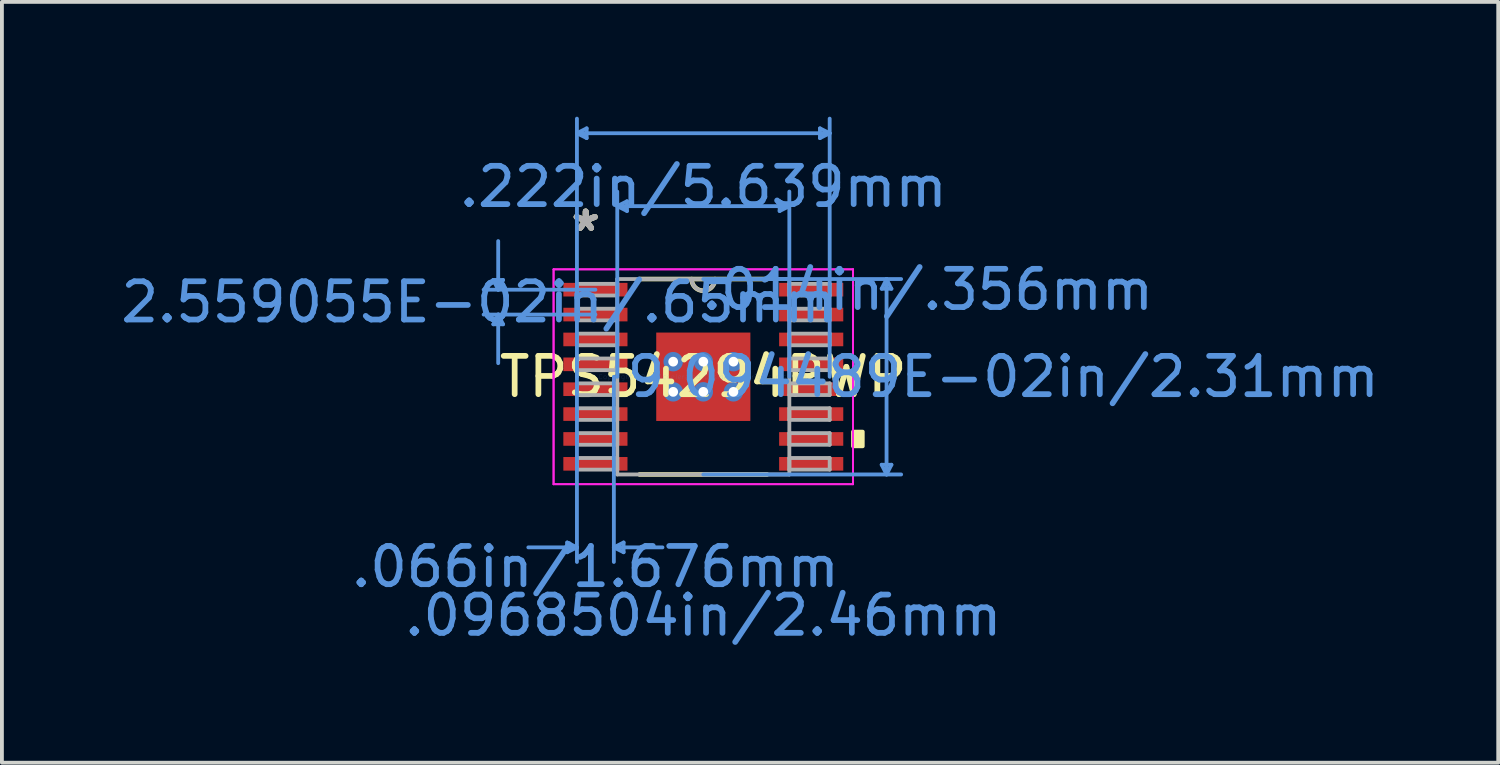
<source format=kicad_pcb>
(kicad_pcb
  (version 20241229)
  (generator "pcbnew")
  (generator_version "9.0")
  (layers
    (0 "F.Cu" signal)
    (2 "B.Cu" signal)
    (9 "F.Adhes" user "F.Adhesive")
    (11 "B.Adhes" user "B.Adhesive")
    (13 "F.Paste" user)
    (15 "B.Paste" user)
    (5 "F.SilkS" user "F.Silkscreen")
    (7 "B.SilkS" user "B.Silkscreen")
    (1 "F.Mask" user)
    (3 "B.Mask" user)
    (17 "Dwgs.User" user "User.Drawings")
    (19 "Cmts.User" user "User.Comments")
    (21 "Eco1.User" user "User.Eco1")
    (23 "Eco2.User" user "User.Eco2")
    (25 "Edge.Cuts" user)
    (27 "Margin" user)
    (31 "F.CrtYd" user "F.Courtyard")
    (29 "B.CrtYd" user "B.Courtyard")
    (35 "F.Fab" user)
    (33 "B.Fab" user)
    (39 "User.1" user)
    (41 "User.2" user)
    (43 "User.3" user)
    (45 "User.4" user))
  (footprint "TPS54294PWP"
    (layer "F.Cu")
    (at 15.326 6.794)
    (property "Reference" "TPS54294PWP" (at 0 0 0) (layer "F.SilkS") (effects (font (size 1 1) (thickness 0.15))))
    (attr through_hole)
    (fp_poly (pts (xy -1.294 -1.218) (xy -0.987 -1.218) (xy -0.987 1.218) (xy -1.294 1.218)) (stroke (width 0.1) (type solid)) (fill yes) (layer "F.Mask"))
    (fp_poly (pts (xy -1.294 -1.218) (xy 1.294 -1.218) (xy 1.294 -0.594) (xy -1.294 -0.594)) (stroke (width 0.1) (type solid)) (fill yes) (layer "F.Mask"))
    (fp_poly (pts (xy -1.294 -0.194) (xy 1.294 -0.194) (xy 1.294 0.194) (xy -1.294 0.194)) (stroke (width 0.1) (type solid)) (fill yes) (layer "F.Mask"))
    (fp_poly (pts (xy -1.294 0.594) (xy 1.294 0.594) (xy 1.294 1.218) (xy -1.294 1.218)) (stroke (width 0.1) (type solid)) (fill yes) (layer "F.Mask"))
    (fp_poly (pts (xy -0.2 -1.218) (xy -0.587 -1.218) (xy -0.587 1.218) (xy -0.2 1.218)) (stroke (width 0.1) (type solid)) (fill yes) (layer "F.Mask"))
    (fp_poly (pts (xy 0.587 -1.218) (xy 0.2 -1.218) (xy 0.2 1.218) (xy 0.587 1.218)) (stroke (width 0.1) (type solid)) (fill yes) (layer "F.Mask"))
    (fp_poly (pts (xy 0.987 -1.218) (xy 1.294 -1.218) (xy 1.294 1.218) (xy 0.987 1.218)) (stroke (width 0.1) (type solid)) (fill yes) (layer "F.Mask"))
    (fp_line (start -1.664 2.553) (end 1.664 2.553) (stroke (width 0.12) (type solid)) (layer "F.SilkS"))
    (fp_line (start 1.664 -2.553) (end -1.664 -2.553) (stroke (width 0.12) (type solid)) (layer "F.SilkS"))
    (fp_arc (start 0.3048 -2.5527) (mid 0 -2.2479) (end -0.3048 -2.5527) (stroke (width 0.12) (type solid)) (layer "F.SilkS"))
    (fp_poly (pts (xy 4.166 1.435) (xy 4.166 1.816) (xy 3.912 1.816) (xy 3.912 1.435)) (stroke (width 0.1) (type solid)) (fill yes) (layer "F.SilkS"))
    (fp_poly (pts (xy -1.155 -1.08) (xy -1.155 -0.494) (xy -1.029 -0.494) (xy -0.887 -0.635) (xy -0.887 -1.08)) (stroke (width 0.1) (type solid)) (fill yes) (layer "F.Paste"))
    (fp_poly (pts (xy -1.155 0.494) (xy -1.155 1.08) (xy -0.887 1.08) (xy -0.887 0.635) (xy -1.029 0.494)) (stroke (width 0.1) (type solid)) (fill yes) (layer "F.Paste"))
    (fp_poly (pts (xy 0.887 -1.08) (xy 0.887 -0.635) (xy 1.029 -0.494) (xy 1.155 -0.494) (xy 1.155 -1.08)) (stroke (width 0.1) (type solid)) (fill yes) (layer "F.Paste"))
    (fp_poly (pts (xy 1.029 0.494) (xy 0.887 0.635) (xy 0.887 1.08) (xy 1.155 1.08) (xy 1.155 0.494)) (stroke (width 0.1) (type solid)) (fill yes) (layer "F.Paste"))
    (fp_poly (pts (xy -1.155 -0.294) (xy -1.155 0.294) (xy -1.029 0.294) (xy -0.887 0.152) (xy -0.887 -0.152) (xy -1.029 -0.294)) (stroke (width 0.1) (type solid)) (fill yes) (layer "F.Paste"))
    (fp_poly (pts (xy -0.687 -1.08) (xy -0.687 -0.635) (xy -0.546 -0.494) (xy -0.241 -0.494) (xy -0.1 -0.635) (xy -0.1 -1.08)) (stroke (width 0.1) (type solid)) (fill yes) (layer "F.Paste"))
    (fp_poly (pts (xy -0.546 0.494) (xy -0.687 0.635) (xy -0.687 1.08) (xy -0.1 1.08) (xy -0.1 0.635) (xy -0.241 0.494)) (stroke (width 0.1) (type solid)) (fill yes) (layer "F.Paste"))
    (fp_poly (pts (xy 0.1 -1.08) (xy 0.1 -0.635) (xy 0.241 -0.494) (xy 0.546 -0.494) (xy 0.687 -0.635) (xy 0.687 -1.08)) (stroke (width 0.1) (type solid)) (fill yes) (layer "F.Paste"))
    (fp_poly (pts (xy 0.241 0.494) (xy 0.1 0.635) (xy 0.1 1.08) (xy 0.687 1.08) (xy 0.687 0.635) (xy 0.546 0.494)) (stroke (width 0.1) (type solid)) (fill yes) (layer "F.Paste"))
    (fp_poly (pts (xy 1.029 -0.294) (xy 0.887 -0.152) (xy 0.887 0.152) (xy 1.029 0.294) (xy 1.155 0.294) (xy 1.155 -0.294)) (stroke (width 0.1) (type solid)) (fill yes) (layer "F.Paste"))
    (fp_poly (pts (xy -0.546 -0.294) (xy -0.687 -0.152) (xy -0.687 0.152) (xy -0.546 0.294) (xy -0.241 0.294) (xy -0.1 0.152) (xy -0.1 -0.152) (xy -0.241 -0.294)) (stroke (width 0.1) (type solid)) (fill yes) (layer "F.Paste"))
    (fp_poly (pts (xy 0.241 -0.294) (xy 0.1 -0.152) (xy 0.1 0.152) (xy 0.241 0.294) (xy 0.546 0.294) (xy 0.687 0.152) (xy 0.687 -0.152) (xy 0.546 -0.294)) (stroke (width 0.1) (type solid)) (fill yes) (layer "F.Paste"))
    (fp_line (start -5.486 -2.529) (end -5.232 -2.529) (stroke (width 0.1) (type solid)) (layer "Cmts.User"))
    (fp_line (start -5.486 -1.371) (end -5.232 -1.371) (stroke (width 0.1) (type solid)) (layer "Cmts.User"))
    (fp_line (start -5.359 -2.275) (end -5.486 -2.529) (stroke (width 0.1) (type solid)) (layer "Cmts.User"))
    (fp_line (start -5.359 -2.275) (end -5.359 -3.545) (stroke (width 0.1) (type solid)) (layer "Cmts.User"))
    (fp_line (start -5.359 -2.275) (end -5.232 -2.529) (stroke (width 0.1) (type solid)) (layer "Cmts.User"))
    (fp_line (start -5.359 -1.625) (end -5.486 -1.371) (stroke (width 0.1) (type solid)) (layer "Cmts.User"))
    (fp_line (start -5.359 -1.625) (end -5.359 -0.355) (stroke (width 0.1) (type solid)) (layer "Cmts.User"))
    (fp_line (start -5.359 -1.625) (end -5.232 -1.371) (stroke (width 0.1) (type solid)) (layer "Cmts.User"))
    (fp_line (start -3.556 4.331) (end -3.556 4.585) (stroke (width 0.1) (type solid)) (layer "Cmts.User"))
    (fp_line (start -3.302 -6.363) (end -3.048 -6.49) (stroke (width 0.1) (type solid)) (layer "Cmts.User"))
    (fp_line (start -3.302 -6.363) (end -3.048 -6.236) (stroke (width 0.1) (type solid)) (layer "Cmts.User"))
    (fp_line (start -3.302 -6.363) (end 3.302 -6.363) (stroke (width 0.1) (type solid)) (layer "Cmts.User"))
    (fp_line (start -3.302 0) (end -3.302 -6.744) (stroke (width 0.1) (type solid)) (layer "Cmts.User"))
    (fp_line (start -3.302 0) (end -3.302 4.839) (stroke (width 0.1) (type solid)) (layer "Cmts.User"))
    (fp_line (start -3.302 4.458) (end -4.572 4.458) (stroke (width 0.1) (type solid)) (layer "Cmts.User"))
    (fp_line (start -3.302 4.458) (end -3.556 4.331) (stroke (width 0.1) (type solid)) (layer "Cmts.User"))
    (fp_line (start -3.302 4.458) (end -3.556 4.585) (stroke (width 0.1) (type solid)) (layer "Cmts.User"))
    (fp_line (start -3.048 -6.49) (end -3.048 -6.236) (stroke (width 0.1) (type solid)) (layer "Cmts.User"))
    (fp_line (start -2.819 -2.275) (end -5.74 -2.275) (stroke (width 0.1) (type solid)) (layer "Cmts.User"))
    (fp_line (start -2.819 -1.625) (end -5.74 -1.625) (stroke (width 0.1) (type solid)) (layer "Cmts.User"))
    (fp_line (start -2.337 0) (end -2.337 4.839) (stroke (width 0.1) (type solid)) (layer "Cmts.User"))
    (fp_line (start -2.337 4.458) (end -2.083 4.331) (stroke (width 0.1) (type solid)) (layer "Cmts.User"))
    (fp_line (start -2.337 4.458) (end -2.083 4.585) (stroke (width 0.1) (type solid)) (layer "Cmts.User"))
    (fp_line (start -2.337 4.458) (end -1.067 4.458) (stroke (width 0.1) (type solid)) (layer "Cmts.User"))
    (fp_line (start -2.248 -4.458) (end -1.994 -4.585) (stroke (width 0.1) (type solid)) (layer "Cmts.User"))
    (fp_line (start -2.248 -4.458) (end -1.994 -4.331) (stroke (width 0.1) (type solid)) (layer "Cmts.User"))
    (fp_line (start -2.248 -4.458) (end 2.248 -4.458) (stroke (width 0.1) (type solid)) (layer "Cmts.User"))
    (fp_line (start -2.248 0) (end -2.248 -4.839) (stroke (width 0.1) (type solid)) (layer "Cmts.User"))
    (fp_line (start -2.083 4.331) (end -2.083 4.585) (stroke (width 0.1) (type solid)) (layer "Cmts.User"))
    (fp_line (start -1.994 -4.585) (end -1.994 -4.331) (stroke (width 0.1) (type solid)) (layer "Cmts.User"))
    (fp_line (start 0 -2.553) (end 5.169 -2.553) (stroke (width 0.1) (type solid)) (layer "Cmts.User"))
    (fp_line (start 0 2.553) (end 5.169 2.553) (stroke (width 0.1) (type solid)) (layer "Cmts.User"))
    (fp_line (start 1.994 -4.585) (end 1.994 -4.331) (stroke (width 0.1) (type solid)) (layer "Cmts.User"))
    (fp_line (start 2.248 -4.458) (end 1.994 -4.585) (stroke (width 0.1) (type solid)) (layer "Cmts.User"))
    (fp_line (start 2.248 -4.458) (end 1.994 -4.331) (stroke (width 0.1) (type solid)) (layer "Cmts.User"))
    (fp_line (start 2.248 0) (end 2.248 -4.839) (stroke (width 0.1) (type solid)) (layer "Cmts.User"))
    (fp_line (start 3.048 -6.49) (end 3.048 -6.236) (stroke (width 0.1) (type solid)) (layer "Cmts.User"))
    (fp_line (start 3.302 -6.363) (end 3.048 -6.49) (stroke (width 0.1) (type solid)) (layer "Cmts.User"))
    (fp_line (start 3.302 -6.363) (end 3.048 -6.236) (stroke (width 0.1) (type solid)) (layer "Cmts.User"))
    (fp_line (start 3.302 0) (end 3.302 -6.744) (stroke (width 0.1) (type solid)) (layer "Cmts.User"))
    (fp_line (start 4.661 -2.299) (end 4.915 -2.299) (stroke (width 0.1) (type solid)) (layer "Cmts.User"))
    (fp_line (start 4.661 2.299) (end 4.915 2.299) (stroke (width 0.1) (type solid)) (layer "Cmts.User"))
    (fp_line (start 4.788 -2.553) (end 4.661 -2.299) (stroke (width 0.1) (type solid)) (layer "Cmts.User"))
    (fp_line (start 4.788 -2.553) (end 4.788 2.553) (stroke (width 0.1) (type solid)) (layer "Cmts.User"))
    (fp_line (start 4.788 -2.553) (end 4.915 -2.299) (stroke (width 0.1) (type solid)) (layer "Cmts.User"))
    (fp_line (start 4.788 2.553) (end 4.661 2.299) (stroke (width 0.1) (type solid)) (layer "Cmts.User"))
    (fp_line (start 4.788 2.553) (end 4.915 2.299) (stroke (width 0.1) (type solid)) (layer "Cmts.User"))
    (fp_line (start -3.912 -2.807) (end 3.912 -2.807) (stroke (width 0.05) (type solid)) (layer "F.CrtYd"))
    (fp_line (start -3.912 -2.807) (end 3.912 -2.807) (stroke (width 0.05) (type solid)) (layer "F.CrtYd"))
    (fp_line (start -3.912 2.807) (end -3.912 -2.807) (stroke (width 0.05) (type solid)) (layer "F.CrtYd"))
    (fp_line (start -3.912 2.807) (end -3.912 -2.807) (stroke (width 0.05) (type solid)) (layer "F.CrtYd"))
    (fp_line (start 3.912 -2.807) (end 3.912 2.807) (stroke (width 0.05) (type solid)) (layer "F.CrtYd"))
    (fp_line (start 3.912 -2.807) (end 3.912 2.807) (stroke (width 0.05) (type solid)) (layer "F.CrtYd"))
    (fp_line (start 3.912 2.807) (end -3.912 2.807) (stroke (width 0.05) (type solid)) (layer "F.CrtYd"))
    (fp_line (start 3.912 2.807) (end -3.912 2.807) (stroke (width 0.05) (type solid)) (layer "F.CrtYd"))
    (fp_line (start -3.302 -2.427) (end -3.302 -2.123) (stroke (width 0.1) (type solid)) (layer "F.Fab"))
    (fp_line (start -3.302 -2.123) (end -2.248 -2.123) (stroke (width 0.1) (type solid)) (layer "F.Fab"))
    (fp_line (start -3.302 -1.777) (end -3.302 -1.473) (stroke (width 0.1) (type solid)) (layer "F.Fab"))
    (fp_line (start -3.302 -1.473) (end -2.248 -1.473) (stroke (width 0.1) (type solid)) (layer "F.Fab"))
    (fp_line (start -3.302 -1.127) (end -3.302 -0.823) (stroke (width 0.1) (type solid)) (layer "F.Fab"))
    (fp_line (start -3.302 -0.823) (end -2.248 -0.823) (stroke (width 0.1) (type solid)) (layer "F.Fab"))
    (fp_line (start -3.302 -0.477) (end -3.302 -0.173) (stroke (width 0.1) (type solid)) (layer "F.Fab"))
    (fp_line (start -3.302 -0.173) (end -2.248 -0.173) (stroke (width 0.1) (type solid)) (layer "F.Fab"))
    (fp_line (start -3.302 0.173) (end -3.302 0.477) (stroke (width 0.1) (type solid)) (layer "F.Fab"))
    (fp_line (start -3.302 0.477) (end -2.248 0.477) (stroke (width 0.1) (type solid)) (layer "F.Fab"))
    (fp_line (start -3.302 0.823) (end -3.302 1.127) (stroke (width 0.1) (type solid)) (layer "F.Fab"))
    (fp_line (start -3.302 1.127) (end -2.248 1.127) (stroke (width 0.1) (type solid)) (layer "F.Fab"))
    (fp_line (start -3.302 1.473) (end -3.302 1.777) (stroke (width 0.1) (type solid)) (layer "F.Fab"))
    (fp_line (start -3.302 1.777) (end -2.248 1.777) (stroke (width 0.1) (type solid)) (layer "F.Fab"))
    (fp_line (start -3.302 2.123) (end -3.302 2.427) (stroke (width 0.1) (type solid)) (layer "F.Fab"))
    (fp_line (start -3.302 2.427) (end -2.248 2.427) (stroke (width 0.1) (type solid)) (layer "F.Fab"))
    (fp_line (start -2.248 -2.553) (end -2.248 2.553) (stroke (width 0.1) (type solid)) (layer "F.Fab"))
    (fp_line (start -2.248 -2.427) (end -3.302 -2.427) (stroke (width 0.1) (type solid)) (layer "F.Fab"))
    (fp_line (start -2.248 -2.123) (end -2.248 -2.427) (stroke (width 0.1) (type solid)) (layer "F.Fab"))
    (fp_line (start -2.248 -1.777) (end -3.302 -1.777) (stroke (width 0.1) (type solid)) (layer "F.Fab"))
    (fp_line (start -2.248 -1.473) (end -2.248 -1.777) (stroke (width 0.1) (type solid)) (layer "F.Fab"))
    (fp_line (start -2.248 -1.127) (end -3.302 -1.127) (stroke (width 0.1) (type solid)) (layer "F.Fab"))
    (fp_line (start -2.248 -0.823) (end -2.248 -1.127) (stroke (width 0.1) (type solid)) (layer "F.Fab"))
    (fp_line (start -2.248 -0.477) (end -3.302 -0.477) (stroke (width 0.1) (type solid)) (layer "F.Fab"))
    (fp_line (start -2.248 -0.173) (end -2.248 -0.477) (stroke (width 0.1) (type solid)) (layer "F.Fab"))
    (fp_line (start -2.248 0.173) (end -3.302 0.173) (stroke (width 0.1) (type solid)) (layer "F.Fab"))
    (fp_line (start -2.248 0.477) (end -2.248 0.173) (stroke (width 0.1) (type solid)) (layer "F.Fab"))
    (fp_line (start -2.248 0.823) (end -3.302 0.823) (stroke (width 0.1) (type solid)) (layer "F.Fab"))
    (fp_line (start -2.248 1.127) (end -2.248 0.823) (stroke (width 0.1) (type solid)) (layer "F.Fab"))
    (fp_line (start -2.248 1.473) (end -3.302 1.473) (stroke (width 0.1) (type solid)) (layer "F.Fab"))
    (fp_line (start -2.248 1.777) (end -2.248 1.473) (stroke (width 0.1) (type solid)) (layer "F.Fab"))
    (fp_line (start -2.248 2.123) (end -3.302 2.123) (stroke (width 0.1) (type solid)) (layer "F.Fab"))
    (fp_line (start -2.248 2.427) (end -2.248 2.123) (stroke (width 0.1) (type solid)) (layer "F.Fab"))
    (fp_line (start -2.248 2.553) (end 2.248 2.553) (stroke (width 0.1) (type solid)) (layer "F.Fab"))
    (fp_line (start 2.248 -2.553) (end -2.248 -2.553) (stroke (width 0.1) (type solid)) (layer "F.Fab"))
    (fp_line (start 2.248 -2.427) (end 2.248 -2.123) (stroke (width 0.1) (type solid)) (layer "F.Fab"))
    (fp_line (start 2.248 -2.123) (end 3.302 -2.123) (stroke (width 0.1) (type solid)) (layer "F.Fab"))
    (fp_line (start 2.248 -1.777) (end 2.248 -1.473) (stroke (width 0.1) (type solid)) (layer "F.Fab"))
    (fp_line (start 2.248 -1.473) (end 3.302 -1.473) (stroke (width 0.1) (type solid)) (layer "F.Fab"))
    (fp_line (start 2.248 -1.127) (end 2.248 -0.823) (stroke (width 0.1) (type solid)) (layer "F.Fab"))
    (fp_line (start 2.248 -0.823) (end 3.302 -0.823) (stroke (width 0.1) (type solid)) (layer "F.Fab"))
    (fp_line (start 2.248 -0.477) (end 2.248 -0.173) (stroke (width 0.1) (type solid)) (layer "F.Fab"))
    (fp_line (start 2.248 -0.173) (end 3.302 -0.173) (stroke (width 0.1) (type solid)) (layer "F.Fab"))
    (fp_line (start 2.248 0.173) (end 2.248 0.477) (stroke (width 0.1) (type solid)) (layer "F.Fab"))
    (fp_line (start 2.248 0.477) (end 3.302 0.477) (stroke (width 0.1) (type solid)) (layer "F.Fab"))
    (fp_line (start 2.248 0.823) (end 2.248 1.127) (stroke (width 0.1) (type solid)) (layer "F.Fab"))
    (fp_line (start 2.248 1.127) (end 3.302 1.127) (stroke (width 0.1) (type solid)) (layer "F.Fab"))
    (fp_line (start 2.248 1.473) (end 2.248 1.777) (stroke (width 0.1) (type solid)) (layer "F.Fab"))
    (fp_line (start 2.248 1.777) (end 3.302 1.777) (stroke (width 0.1) (type solid)) (layer "F.Fab"))
    (fp_line (start 2.248 2.123) (end 2.248 2.427) (stroke (width 0.1) (type solid)) (layer "F.Fab"))
    (fp_line (start 2.248 2.427) (end 3.302 2.427) (stroke (width 0.1) (type solid)) (layer "F.Fab"))
    (fp_line (start 2.248 2.553) (end 2.248 -2.553) (stroke (width 0.1) (type solid)) (layer "F.Fab"))
    (fp_line (start 3.302 -2.427) (end 2.248 -2.427) (stroke (width 0.1) (type solid)) (layer "F.Fab"))
    (fp_line (start 3.302 -2.123) (end 3.302 -2.427) (stroke (width 0.1) (type solid)) (layer "F.Fab"))
    (fp_line (start 3.302 -1.777) (end 2.248 -1.777) (stroke (width 0.1) (type solid)) (layer "F.Fab"))
    (fp_line (start 3.302 -1.473) (end 3.302 -1.777) (stroke (width 0.1) (type solid)) (layer "F.Fab"))
    (fp_line (start 3.302 -1.127) (end 2.248 -1.127) (stroke (width 0.1) (type solid)) (layer "F.Fab"))
    (fp_line (start 3.302 -0.823) (end 3.302 -1.127) (stroke (width 0.1) (type solid)) (layer "F.Fab"))
    (fp_line (start 3.302 -0.477) (end 2.248 -0.477) (stroke (width 0.1) (type solid)) (layer "F.Fab"))
    (fp_line (start 3.302 -0.173) (end 3.302 -0.477) (stroke (width 0.1) (type solid)) (layer "F.Fab"))
    (fp_line (start 3.302 0.173) (end 2.248 0.173) (stroke (width 0.1) (type solid)) (layer "F.Fab"))
    (fp_line (start 3.302 0.477) (end 3.302 0.173) (stroke (width 0.1) (type solid)) (layer "F.Fab"))
    (fp_line (start 3.302 0.823) (end 2.248 0.823) (stroke (width 0.1) (type solid)) (layer "F.Fab"))
    (fp_line (start 3.302 1.127) (end 3.302 0.823) (stroke (width 0.1) (type solid)) (layer "F.Fab"))
    (fp_line (start 3.302 1.473) (end 2.248 1.473) (stroke (width 0.1) (type solid)) (layer "F.Fab"))
    (fp_line (start 3.302 1.777) (end 3.302 1.473) (stroke (width 0.1) (type solid)) (layer "F.Fab"))
    (fp_line (start 3.302 2.123) (end 2.248 2.123) (stroke (width 0.1) (type solid)) (layer "F.Fab"))
    (fp_line (start 3.302 2.427) (end 3.302 2.123) (stroke (width 0.1) (type solid)) (layer "F.Fab"))
    (fp_arc (start 0.3048 -2.5527) (mid 0 -2.2479) (end -0.3048 -2.5527) (stroke (width 0.1) (type solid)) (layer "F.Fab"))
    (fp_text user "*" (at -3.073 -3.774 0) (layer "F.SilkS") (effects (font (size 1 1) (thickness 0.15))))
    (fp_text user "*" (at -3.073 -3.774 0) (layer "F.SilkS") (effects (font (size 1 1) (thickness 0.15))))
    (fp_text user ".222in/5.639mm" (at 0 -4.966 0) (layer "Cmts.User") (effects (font (size 1 1) (thickness 0.15))))
    (fp_text user "9.094489E-02in/2.31mm" (at 7.836 0 0) (layer "Cmts.User") (effects (font (size 1 1) (thickness 0.15))))
    (fp_text user ".014in/.356mm" (at 5.867 -2.275 0) (layer "Cmts.User") (effects (font (size 1 1) (thickness 0.15))))
    (fp_text user "2.559055E-02in/.65mm" (at -5.867 -1.95 0) (layer "Cmts.User") (effects (font (size 1 1) (thickness 0.15))))
    (fp_text user ".0968504in/2.46mm" (at 0 6.236 0) (layer "Cmts.User") (effects (font (size 1 1) (thickness 0.15))))
    (fp_text user ".066in/1.676mm" (at -2.819 4.966 0) (layer "Cmts.User") (effects (font (size 1 1) (thickness 0.15))))
    (fp_text user "Copyright 2021 Accelerated Designs. All rights reserved." (at 0 0 0) (layer "Cmts.User") (effects (font (size 0.127 0.127) (thickness 0.002))))
    (fp_text user "*" (at -3.073 -3.774 0) (layer "F.Fab") (effects (font (size 1 1) (thickness 0.15))))
    (fp_text user "*" (at -3.073 -3.774 0) (layer "F.Fab") (effects (font (size 1 1) (thickness 0.15))))
    (pad "1" smd rect (at -2.819 -2.275) (size 1.676 0.356) (layers "F.Cu" "F.Mask" "F.Paste"))
    (pad "2" smd rect (at -2.819 -1.625) (size 1.676 0.356) (layers "F.Cu" "F.Mask" "F.Paste"))
    (pad "3" smd rect (at -2.819 -0.975) (size 1.676 0.356) (layers "F.Cu" "F.Mask" "F.Paste"))
    (pad "4" smd rect (at -2.819 -0.325) (size 1.676 0.356) (layers "F.Cu" "F.Mask" "F.Paste"))
    (pad "5" smd rect (at -2.819 0.325) (size 1.676 0.356) (layers "F.Cu" "F.Mask" "F.Paste"))
    (pad "6" smd rect (at -2.819 0.975) (size 1.676 0.356) (layers "F.Cu" "F.Mask" "F.Paste"))
    (pad "7" smd rect (at -2.819 1.625) (size 1.676 0.356) (layers "F.Cu" "F.Mask" "F.Paste"))
    (pad "8" smd rect (at -2.819 2.275) (size 1.676 0.356) (layers "F.Cu" "F.Mask" "F.Paste"))
    (pad "9" smd rect (at 2.819 2.275) (size 1.676 0.356) (layers "F.Cu" "F.Mask" "F.Paste"))
    (pad "10" smd rect (at 2.819 1.625) (size 1.676 0.356) (layers "F.Cu" "F.Mask" "F.Paste"))
    (pad "11" smd rect (at 2.819 0.975) (size 1.676 0.356) (layers "F.Cu" "F.Mask" "F.Paste"))
    (pad "12" smd rect (at 2.819 0.325) (size 1.676 0.356) (layers "F.Cu" "F.Mask" "F.Paste"))
    (pad "13" smd rect (at 2.819 -0.325) (size 1.676 0.356) (layers "F.Cu" "F.Mask" "F.Paste"))
    (pad "14" smd rect (at 2.819 -0.975) (size 1.676 0.356) (layers "F.Cu" "F.Mask" "F.Paste"))
    (pad "15" smd rect (at 2.819 -1.625) (size 1.676 0.356) (layers "F.Cu" "F.Mask" "F.Paste"))
    (pad "16" smd rect (at 2.819 -2.275) (size 1.676 0.356) (layers "F.Cu" "F.Mask" "F.Paste"))
    (pad "EPAD" smd rect (at 0 0) (size 2.46 2.31) (layers "F.Cu"))
    (pad "V" thru_hole circle (at -0.787 -0.394) (size 0.508 0.508) (drill 0.254) (layers "*.Cu" "*.Mask"))
    (pad "V" thru_hole circle (at -0.787 0.394) (size 0.508 0.508) (drill 0.254) (layers "*.Cu" "*.Mask"))
    (pad "V" thru_hole circle (at 0 -0.394) (size 0.508 0.508) (drill 0.254) (layers "*.Cu" "*.Mask"))
    (pad "V" thru_hole circle (at 0 0.394) (size 0.508 0.508) (drill 0.254) (layers "*.Cu" "*.Mask"))
    (pad "V" thru_hole circle (at 0.787 -0.394) (size 0.508 0.508) (drill 0.254) (layers "*.Cu" "*.Mask"))
    (pad "V" thru_hole circle (at 0.787 0.394) (size 0.508 0.508) (drill 0.254) (layers "*.Cu" "*.Mask")))
  (gr_rect
    (start -3 -3)
    (end 36.096 16.878)
    (stroke (width 0.1) (type default))
    (fill no)
    (layer "Edge.Cuts")))
</source>
